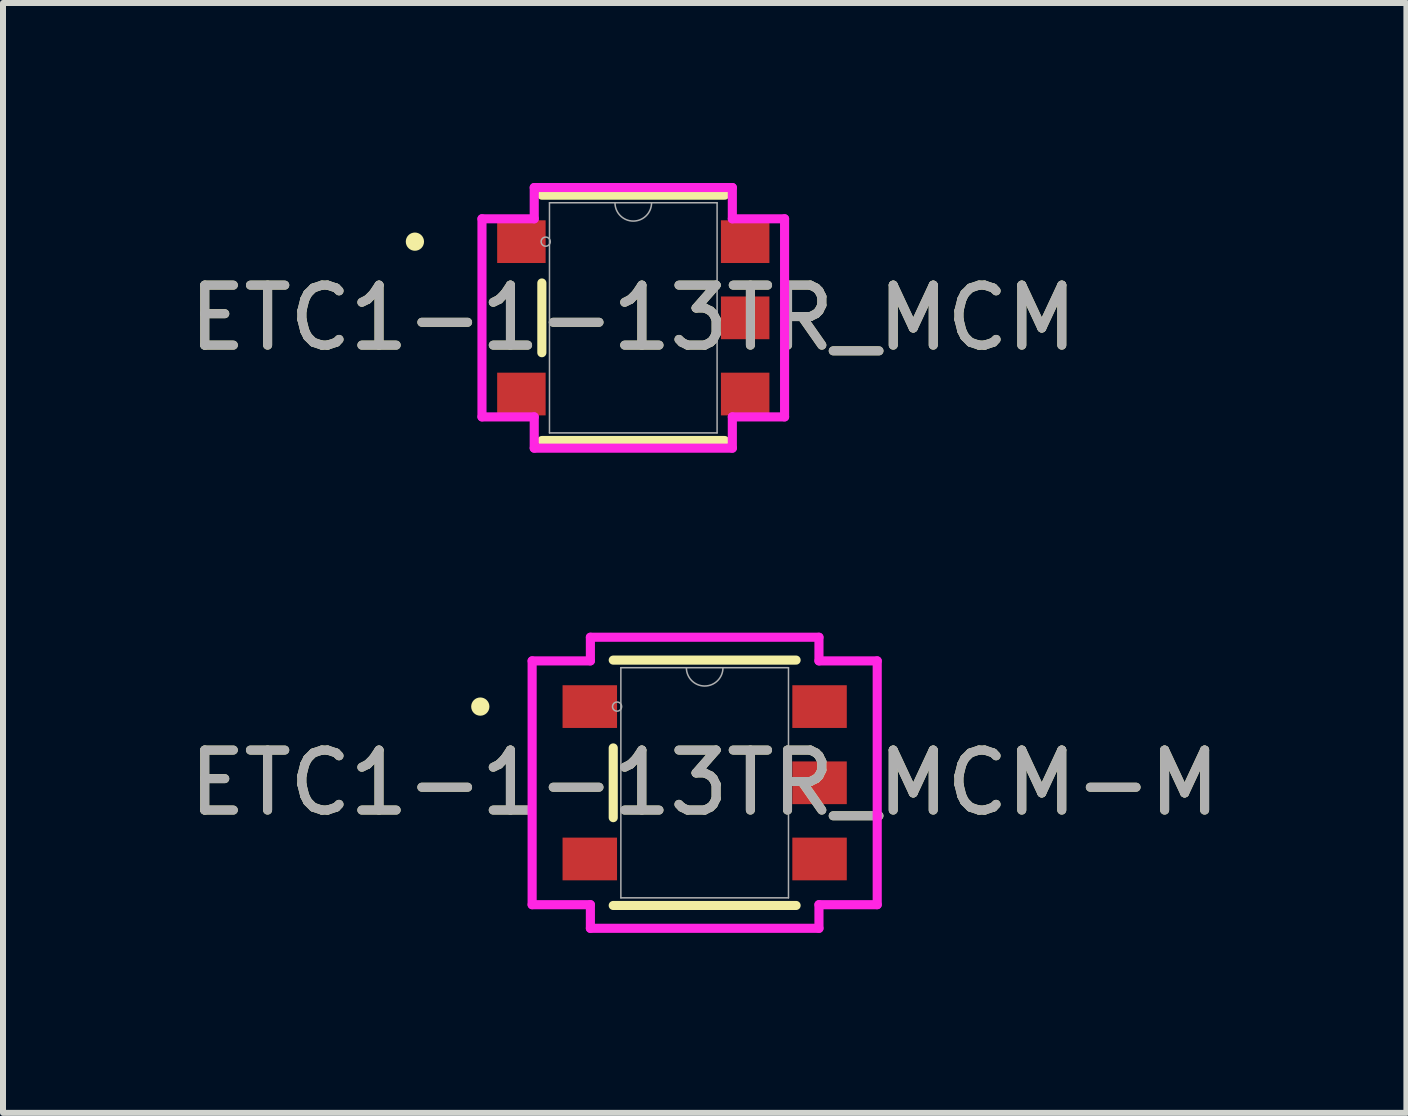
<source format=kicad_pcb>
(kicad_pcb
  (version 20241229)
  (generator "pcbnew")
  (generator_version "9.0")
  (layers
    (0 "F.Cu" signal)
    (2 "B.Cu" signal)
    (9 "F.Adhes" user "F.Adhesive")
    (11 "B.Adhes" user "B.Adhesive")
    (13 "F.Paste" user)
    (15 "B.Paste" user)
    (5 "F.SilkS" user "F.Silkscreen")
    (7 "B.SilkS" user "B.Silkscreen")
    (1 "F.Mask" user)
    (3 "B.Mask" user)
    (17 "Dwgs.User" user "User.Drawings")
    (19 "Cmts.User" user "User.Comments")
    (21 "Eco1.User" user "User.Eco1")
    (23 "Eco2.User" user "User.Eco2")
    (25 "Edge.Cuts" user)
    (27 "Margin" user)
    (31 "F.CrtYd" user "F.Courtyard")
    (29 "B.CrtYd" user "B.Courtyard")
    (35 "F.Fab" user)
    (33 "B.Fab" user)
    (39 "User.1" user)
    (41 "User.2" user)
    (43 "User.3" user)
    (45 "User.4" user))
  (footprint "ETC1-1-13TR_MCM"
    (layer "F.Cu")
    (at 7.506 2.248)
    (property "Reference" "ETC1-1-13TR_MCM" (at 0 0 0) (unlocked yes) (layer "F.SilkS") (effects (font (size 1 1) (thickness 0.15))))
    (attr smd)
    (fp_line (start -1.524 -0.581) (end -1.524 0.581) (stroke (width 0.152) (type solid)) (layer "F.SilkS"))
    (fp_line (start -1.524 2.045) (end 1.524 2.045) (stroke (width 0.152) (type solid)) (layer "F.SilkS"))
    (fp_line (start 1.524 -2.045) (end -1.524 -2.045) (stroke (width 0.152) (type solid)) (layer "F.SilkS"))
    (fp_circle (center -3.64 -1.27) (end -3.564 -1.27) (stroke (width 0.152) (type solid)) (fill no) (layer "F.SilkS"))
    (fp_line (start -2.522 -1.651) (end -1.651 -1.651) (stroke (width 0.152) (type solid)) (layer "F.CrtYd"))
    (fp_line (start -2.522 1.651) (end -2.522 -1.651) (stroke (width 0.152) (type solid)) (layer "F.CrtYd"))
    (fp_line (start -1.651 -2.172) (end 1.651 -2.172) (stroke (width 0.152) (type solid)) (layer "F.CrtYd"))
    (fp_line (start -1.651 -1.651) (end -1.651 -2.172) (stroke (width 0.152) (type solid)) (layer "F.CrtYd"))
    (fp_line (start -1.651 1.651) (end -2.522 1.651) (stroke (width 0.152) (type solid)) (layer "F.CrtYd"))
    (fp_line (start -1.651 2.172) (end -1.651 1.651) (stroke (width 0.152) (type solid)) (layer "F.CrtYd"))
    (fp_line (start 1.651 -2.172) (end 1.651 -1.651) (stroke (width 0.152) (type solid)) (layer "F.CrtYd"))
    (fp_line (start 1.651 -1.651) (end 2.522 -1.651) (stroke (width 0.152) (type solid)) (layer "F.CrtYd"))
    (fp_line (start 1.651 1.651) (end 1.651 2.172) (stroke (width 0.152) (type solid)) (layer "F.CrtYd"))
    (fp_line (start 1.651 2.172) (end -1.651 2.172) (stroke (width 0.152) (type solid)) (layer "F.CrtYd"))
    (fp_line (start 2.522 -1.651) (end 2.522 1.651) (stroke (width 0.152) (type solid)) (layer "F.CrtYd"))
    (fp_line (start 2.522 1.651) (end 1.651 1.651) (stroke (width 0.152) (type solid)) (layer "F.CrtYd"))
    (fp_line (start -1.397 -1.918) (end -1.397 1.918) (stroke (width 0.025) (type solid)) (layer "F.Fab"))
    (fp_line (start -1.397 1.918) (end 1.397 1.918) (stroke (width 0.025) (type solid)) (layer "F.Fab"))
    (fp_line (start 1.397 -1.918) (end -1.397 -1.918) (stroke (width 0.025) (type solid)) (layer "F.Fab"))
    (fp_line (start 1.397 1.918) (end 1.397 -1.918) (stroke (width 0.025) (type solid)) (layer "F.Fab"))
    (fp_arc (start 0.3048 -1.9177) (mid 0 -1.6129) (end -0.3048 -1.9177) (stroke (width 0.0254) (type solid)) (layer "F.Fab"))
    (fp_circle (center -1.46 -1.27) (end -1.384 -1.27) (stroke (width 0.025) (type solid)) (fill no) (layer "F.Fab"))
    (fp_text user "${REFERENCE}" (at 0 0 0) (unlocked yes) (layer "F.Fab") (effects (font (size 1 1) (thickness 0.15))))
    (pad "1" smd rect (at -1.865 -1.27) (size 0.808 0.712) (layers "F.Cu" "F.Mask" "F.Paste"))
    (pad "2" smd rect (at -1.865 1.27) (size 0.808 0.712) (layers "F.Cu" "F.Mask" "F.Paste"))
    (pad "3" smd rect (at 1.865 1.27) (size 0.808 0.712) (layers "F.Cu" "F.Mask" "F.Paste"))
    (pad "4" smd rect (at 1.865 0) (size 0.808 0.712) (layers "F.Cu" "F.Mask" "F.Paste"))
    (pad "5" smd rect (at 1.865 -1.27) (size 0.808 0.712) (layers "F.Cu" "F.Mask" "F.Paste")))
  (footprint "ETC1-1-13TR_MCM-M"
    (layer "F.Cu")
    (at 8.696 9.998)
    (property "Reference" "ETC1-1-13TR_MCM-M" (at 0 0 0) (unlocked yes) (layer "F.SilkS") (effects (font (size 1 1) (thickness 0.15))))
    (attr smd)
    (fp_line (start -1.524 -0.581) (end -1.524 0.581) (stroke (width 0.152) (type solid)) (layer "F.SilkS"))
    (fp_line (start -1.524 2.045) (end 1.524 2.045) (stroke (width 0.152) (type solid)) (layer "F.SilkS"))
    (fp_line (start 1.524 -2.045) (end -1.524 -2.045) (stroke (width 0.152) (type solid)) (layer "F.SilkS"))
    (fp_circle (center -3.74 -1.27) (end -3.664 -1.27) (stroke (width 0.152) (type solid)) (fill no) (layer "F.SilkS"))
    (fp_line (start -2.876 -2.032) (end -1.905 -2.032) (stroke (width 0.152) (type solid)) (layer "F.CrtYd"))
    (fp_line (start -2.876 2.032) (end -2.876 -2.032) (stroke (width 0.152) (type solid)) (layer "F.CrtYd"))
    (fp_line (start -1.905 -2.426) (end 1.905 -2.426) (stroke (width 0.152) (type solid)) (layer "F.CrtYd"))
    (fp_line (start -1.905 -2.032) (end -1.905 -2.426) (stroke (width 0.152) (type solid)) (layer "F.CrtYd"))
    (fp_line (start -1.905 2.032) (end -2.876 2.032) (stroke (width 0.152) (type solid)) (layer "F.CrtYd"))
    (fp_line (start -1.905 2.426) (end -1.905 2.032) (stroke (width 0.152) (type solid)) (layer "F.CrtYd"))
    (fp_line (start 1.905 -2.426) (end 1.905 -2.032) (stroke (width 0.152) (type solid)) (layer "F.CrtYd"))
    (fp_line (start 1.905 -2.032) (end 2.876 -2.032) (stroke (width 0.152) (type solid)) (layer "F.CrtYd"))
    (fp_line (start 1.905 2.032) (end 1.905 2.426) (stroke (width 0.152) (type solid)) (layer "F.CrtYd"))
    (fp_line (start 1.905 2.426) (end -1.905 2.426) (stroke (width 0.152) (type solid)) (layer "F.CrtYd"))
    (fp_line (start 2.876 -2.032) (end 2.876 2.032) (stroke (width 0.152) (type solid)) (layer "F.CrtYd"))
    (fp_line (start 2.876 2.032) (end 1.905 2.032) (stroke (width 0.152) (type solid)) (layer "F.CrtYd"))
    (fp_line (start -1.397 -1.918) (end -1.397 1.918) (stroke (width 0.025) (type solid)) (layer "F.Fab"))
    (fp_line (start -1.397 1.918) (end 1.397 1.918) (stroke (width 0.025) (type solid)) (layer "F.Fab"))
    (fp_line (start 1.397 -1.918) (end -1.397 -1.918) (stroke (width 0.025) (type solid)) (layer "F.Fab"))
    (fp_line (start 1.397 1.918) (end 1.397 -1.918) (stroke (width 0.025) (type solid)) (layer "F.Fab"))
    (fp_arc (start 0.3048 -1.9177) (mid 0 -1.6129) (end -0.3048 -1.9177) (stroke (width 0.0254) (type solid)) (layer "F.Fab"))
    (fp_circle (center -1.46 -1.27) (end -1.384 -1.27) (stroke (width 0.025) (type solid)) (fill no) (layer "F.Fab"))
    (fp_text user "${REFERENCE}" (at 0 0 0) (unlocked yes) (layer "F.Fab") (effects (font (size 1 1) (thickness 0.15))))
    (pad "1" smd rect (at -1.915 -1.27) (size 0.908 0.712) (layers "F.Cu" "F.Mask" "F.Paste"))
    (pad "2" smd rect (at -1.915 1.27) (size 0.908 0.712) (layers "F.Cu" "F.Mask" "F.Paste"))
    (pad "3" smd rect (at 1.915 1.27) (size 0.908 0.712) (layers "F.Cu" "F.Mask" "F.Paste"))
    (pad "4" smd rect (at 1.915 0) (size 0.908 0.712) (layers "F.Cu" "F.Mask" "F.Paste"))
    (pad "5" smd rect (at 1.915 -1.27) (size 0.908 0.712) (layers "F.Cu" "F.Mask" "F.Paste")))
  (gr_rect
    (start -3 -3)
    (end 20.393 15.5)
    (stroke (width 0.1) (type default))
    (fill no)
    (layer "Edge.Cuts")))
</source>
